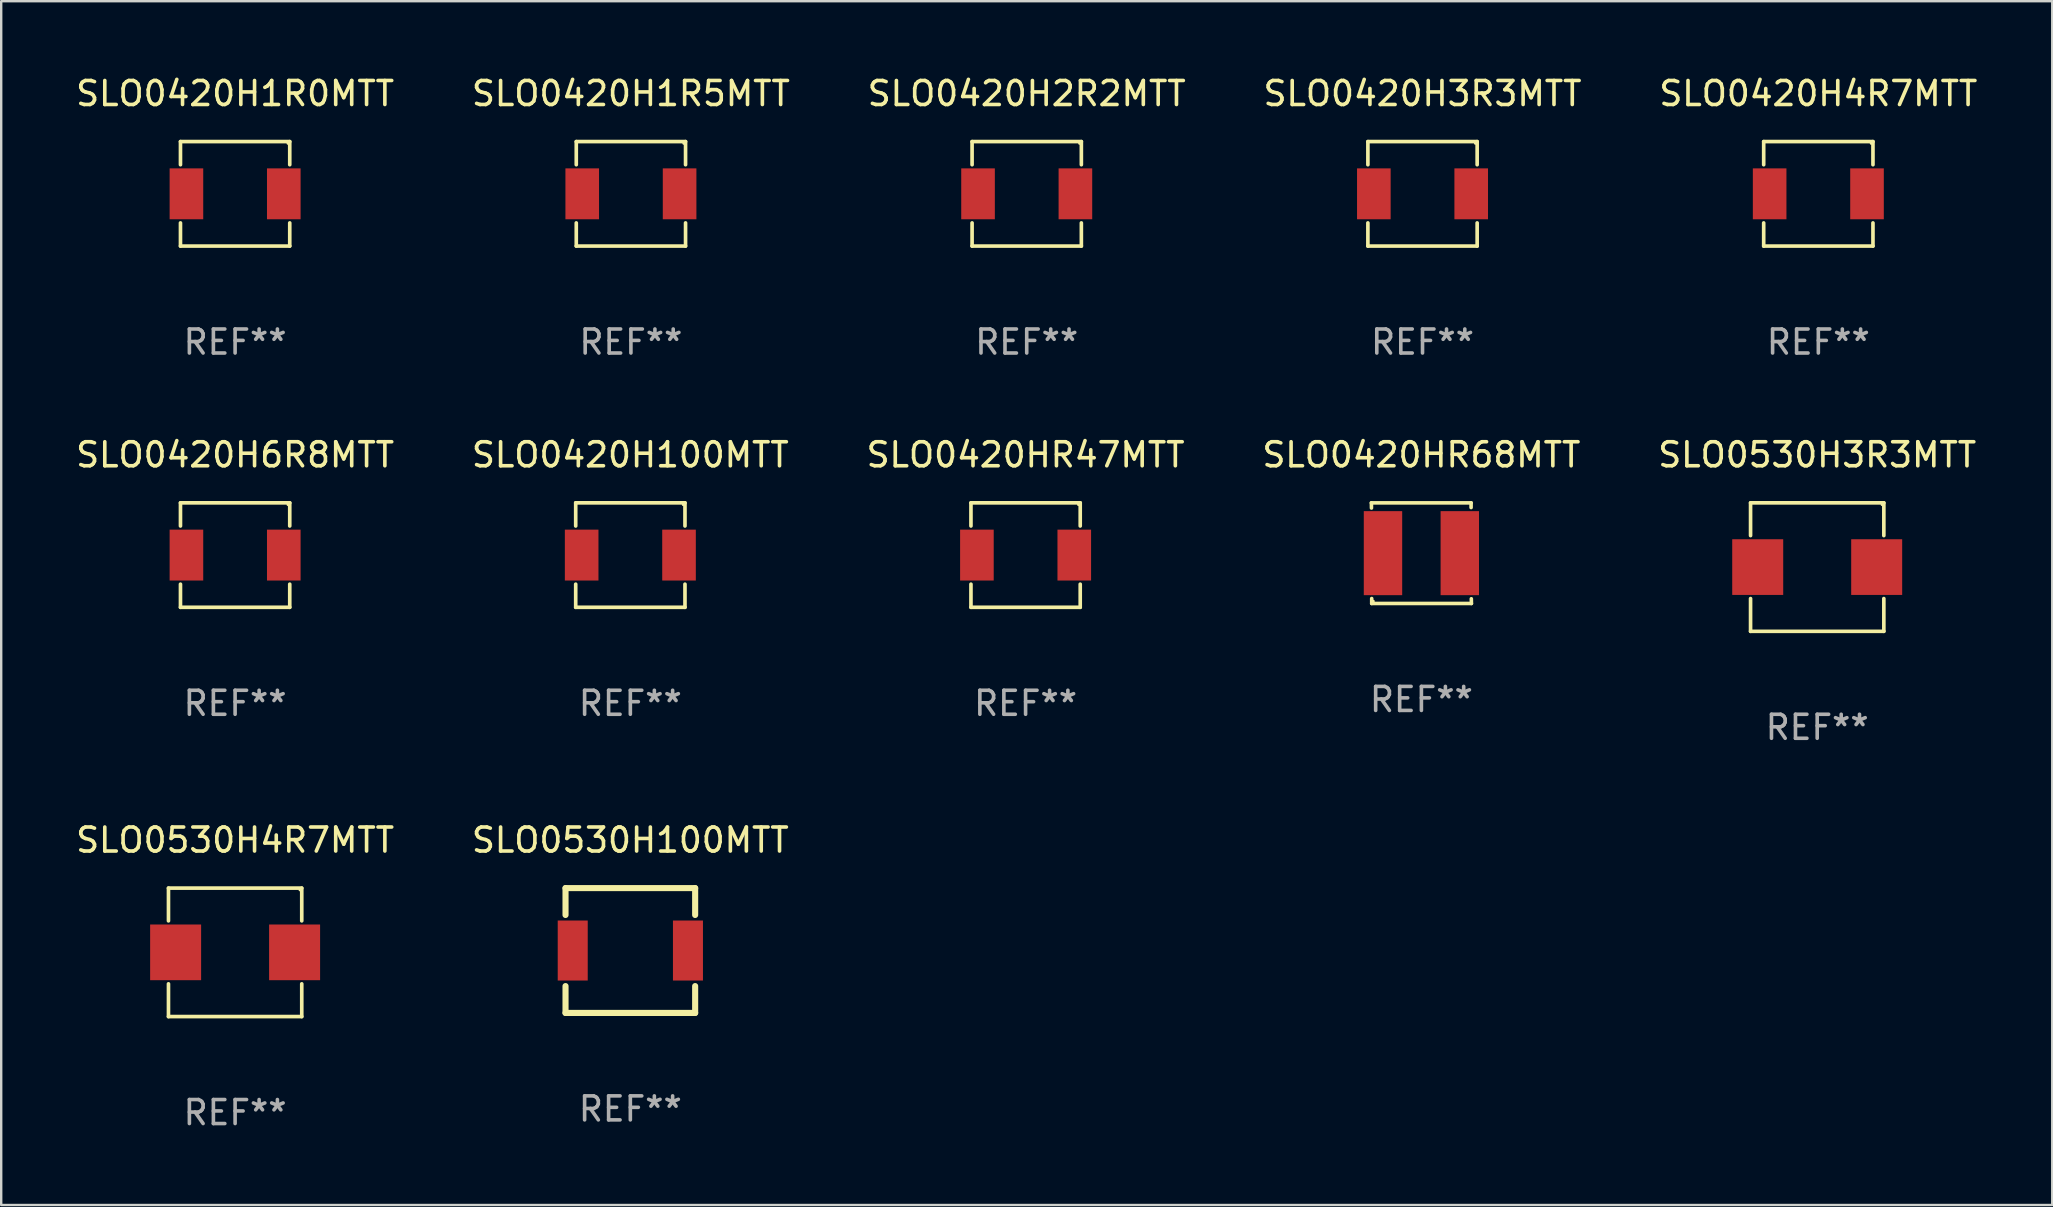
<source format=kicad_pcb>
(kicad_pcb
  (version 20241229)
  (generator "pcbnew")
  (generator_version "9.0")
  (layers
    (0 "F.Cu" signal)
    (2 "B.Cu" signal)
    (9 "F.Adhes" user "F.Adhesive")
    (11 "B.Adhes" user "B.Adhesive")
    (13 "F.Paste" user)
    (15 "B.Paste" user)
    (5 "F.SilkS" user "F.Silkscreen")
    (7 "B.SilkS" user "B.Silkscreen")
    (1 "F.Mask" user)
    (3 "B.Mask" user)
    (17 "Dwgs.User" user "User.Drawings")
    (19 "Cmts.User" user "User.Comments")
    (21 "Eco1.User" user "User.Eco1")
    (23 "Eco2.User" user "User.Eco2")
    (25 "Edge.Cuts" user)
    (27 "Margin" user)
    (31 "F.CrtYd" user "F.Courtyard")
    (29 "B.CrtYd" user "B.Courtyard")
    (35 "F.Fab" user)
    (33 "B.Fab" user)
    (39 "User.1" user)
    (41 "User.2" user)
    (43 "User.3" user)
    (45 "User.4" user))
  (footprint "SLO0420H6R8MTT"
    (layer "F.Cu")
    (at 6.744 20.073)
    (property "Reference" "SLO0420H6R8MTT" (at 0 -4.176 0) (layer "F.SilkS") (effects (font (size 1 1) (thickness 0.15))))
    (attr through_hole)
    (fp_line (start -2.276 -2.176) (end 2.276 -2.176) (stroke (width 0.152) (type solid)) (layer "F.SilkS"))
    (fp_line (start -2.276 -1.212) (end -2.276 -2.176) (stroke (width 0.152) (type solid)) (layer "F.SilkS"))
    (fp_line (start -2.276 1.212) (end -2.276 2.176) (stroke (width 0.152) (type solid)) (layer "F.SilkS"))
    (fp_line (start -2.276 2.176) (end 2.276 2.176) (stroke (width 0.152) (type solid)) (layer "F.SilkS"))
    (fp_line (start 2.276 -2.176) (end 2.276 -1.212) (stroke (width 0.152) (type solid)) (layer "F.SilkS"))
    (fp_line (start 2.276 2.176) (end 2.276 1.212) (stroke (width 0.152) (type solid)) (layer "F.SilkS"))
    (fp_circle (center 2.2 -2.1) (end 2.23 -2.1) (stroke (width 0.06) (type solid)) (fill no) (layer "F.SilkS"))
    (fp_text user "REF**" (at 0 6.176 0) (layer "F.Fab") (effects (font (size 1 1) (thickness 0.15))))
    (pad "1" smd rect (at 2.028 0) (size 1.4 2.12) (layers "F.Cu" "F.Mask" "F.Paste"))
    (pad "2" smd rect (at -2.028 0) (size 1.4 2.12) (layers "F.Cu" "F.Mask" "F.Paste")))
  (footprint "SLO0420HR47MTT"
    (layer "F.Cu")
    (at 39.673 20.073)
    (property "Reference" "SLO0420HR47MTT" (at 0 -4.176 0) (layer "F.SilkS") (effects (font (size 1 1) (thickness 0.15))))
    (attr through_hole)
    (fp_line (start -2.276 -2.176) (end 2.276 -2.176) (stroke (width 0.152) (type solid)) (layer "F.SilkS"))
    (fp_line (start -2.276 -1.212) (end -2.276 -2.176) (stroke (width 0.152) (type solid)) (layer "F.SilkS"))
    (fp_line (start -2.276 1.212) (end -2.276 2.176) (stroke (width 0.152) (type solid)) (layer "F.SilkS"))
    (fp_line (start -2.276 2.176) (end 2.276 2.176) (stroke (width 0.152) (type solid)) (layer "F.SilkS"))
    (fp_line (start 2.276 -2.176) (end 2.276 -1.212) (stroke (width 0.152) (type solid)) (layer "F.SilkS"))
    (fp_line (start 2.276 2.176) (end 2.276 1.212) (stroke (width 0.152) (type solid)) (layer "F.SilkS"))
    (fp_circle (center 2.2 -2.1) (end 2.23 -2.1) (stroke (width 0.06) (type solid)) (fill no) (layer "F.SilkS"))
    (fp_text user "REF**" (at 0 6.176 0) (layer "F.Fab") (effects (font (size 1 1) (thickness 0.15))))
    (pad "1" smd rect (at 2.028 0) (size 1.4 2.12) (layers "F.Cu" "F.Mask" "F.Paste"))
    (pad "2" smd rect (at -2.028 0) (size 1.4 2.12) (layers "F.Cu" "F.Mask" "F.Paste")))
  (footprint "SLO0530H100MTT"
    (layer "F.Cu")
    (at 23.208 36.546)
    (property "Reference" "SLO0530H100MTT" (at 0 -4.6 0) (layer "F.SilkS") (effects (font (size 1 1) (thickness 0.15))))
    (attr through_hole)
    (fp_line (start -2.7 -2.6) (end -2.7 -1.481) (stroke (width 0.254) (type solid)) (layer "F.SilkS"))
    (fp_line (start -2.7 -2.6) (end 2.7 -2.6) (stroke (width 0.254) (type solid)) (layer "F.SilkS"))
    (fp_line (start -2.7 1.481) (end -2.7 2.6) (stroke (width 0.254) (type solid)) (layer "F.SilkS"))
    (fp_line (start -2.7 2.6) (end 2.7 2.6) (stroke (width 0.254) (type solid)) (layer "F.SilkS"))
    (fp_line (start 2.7 -2.6) (end 2.7 -1.481) (stroke (width 0.254) (type solid)) (layer "F.SilkS"))
    (fp_line (start 2.7 1.481) (end 2.7 2.6) (stroke (width 0.254) (type solid)) (layer "F.SilkS"))
    (fp_circle (center -2.7 2.6) (end -2.67 2.6) (stroke (width 0.06) (type solid)) (fill no) (layer "F.SilkS"))
    (fp_text user "REF**" (at 0 6.6 0) (layer "F.Fab") (effects (font (size 1 1) (thickness 0.15))))
    (pad "1" smd rect (at -2.4 0) (size 1.25 2.5) (layers "F.Cu" "F.Mask" "F.Paste"))
    (pad "2" smd rect (at 2.4 0) (size 1.25 2.5) (layers "F.Cu" "F.Mask" "F.Paste")))
  (footprint "SLO0530H4R7MTT"
    (layer "F.Cu")
    (at 6.744 36.622)
    (property "Reference" "SLO0530H4R7MTT" (at 0 -4.676 0) (layer "F.SilkS") (effects (font (size 1 1) (thickness 0.15))))
    (attr through_hole)
    (fp_line (start -2.776 -2.676) (end 2.776 -2.676) (stroke (width 0.152) (type solid)) (layer "F.SilkS"))
    (fp_line (start -2.776 -1.312) (end -2.776 -2.676) (stroke (width 0.152) (type solid)) (layer "F.SilkS"))
    (fp_line (start -2.776 1.312) (end -2.776 2.676) (stroke (width 0.152) (type solid)) (layer "F.SilkS"))
    (fp_line (start -2.776 2.676) (end 2.776 2.676) (stroke (width 0.152) (type solid)) (layer "F.SilkS"))
    (fp_line (start 2.776 -2.676) (end 2.776 -1.312) (stroke (width 0.152) (type solid)) (layer "F.SilkS"))
    (fp_line (start 2.776 2.676) (end 2.776 1.312) (stroke (width 0.152) (type solid)) (layer "F.SilkS"))
    (fp_circle (center 2.7 -2.6) (end 2.73 -2.6) (stroke (width 0.06) (type solid)) (fill no) (layer "F.SilkS"))
    (fp_text user "REF**" (at 0 6.676 0) (layer "F.Fab") (effects (font (size 1 1) (thickness 0.15))))
    (pad "1" smd rect (at 2.478 0) (size 2.124 2.32) (layers "F.Cu" "F.Mask" "F.Paste"))
    (pad "2" smd rect (at -2.478 0) (size 2.124 2.32) (layers "F.Cu" "F.Mask" "F.Paste")))
  (footprint "SLO0420H2R2MTT"
    (layer "F.Cu")
    (at 39.72 5.024)
    (property "Reference" "SLO0420H2R2MTT" (at 0 -4.176 0) (layer "F.SilkS") (effects (font (size 1 1) (thickness 0.15))))
    (attr through_hole)
    (fp_line (start -2.276 -2.176) (end 2.276 -2.176) (stroke (width 0.152) (type solid)) (layer "F.SilkS"))
    (fp_line (start -2.276 -1.212) (end -2.276 -2.176) (stroke (width 0.152) (type solid)) (layer "F.SilkS"))
    (fp_line (start -2.276 1.212) (end -2.276 2.176) (stroke (width 0.152) (type solid)) (layer "F.SilkS"))
    (fp_line (start -2.276 2.176) (end 2.276 2.176) (stroke (width 0.152) (type solid)) (layer "F.SilkS"))
    (fp_line (start 2.276 -2.176) (end 2.276 -1.212) (stroke (width 0.152) (type solid)) (layer "F.SilkS"))
    (fp_line (start 2.276 2.176) (end 2.276 1.212) (stroke (width 0.152) (type solid)) (layer "F.SilkS"))
    (fp_circle (center 2.2 -2.1) (end 2.23 -2.1) (stroke (width 0.06) (type solid)) (fill no) (layer "F.SilkS"))
    (fp_text user "REF**" (at 0 6.176 0) (layer "F.Fab") (effects (font (size 1 1) (thickness 0.15))))
    (pad "1" smd rect (at 2.028 0) (size 1.4 2.12) (layers "F.Cu" "F.Mask" "F.Paste"))
    (pad "2" smd rect (at -2.028 0) (size 1.4 2.12) (layers "F.Cu" "F.Mask" "F.Paste")))
  (footprint "SLO0420H1R5MTT"
    (layer "F.Cu")
    (at 23.232 5.024)
    (property "Reference" "SLO0420H1R5MTT" (at 0 -4.176 0) (layer "F.SilkS") (effects (font (size 1 1) (thickness 0.15))))
    (attr through_hole)
    (fp_line (start -2.276 -2.176) (end 2.276 -2.176) (stroke (width 0.152) (type solid)) (layer "F.SilkS"))
    (fp_line (start -2.276 -1.212) (end -2.276 -2.176) (stroke (width 0.152) (type solid)) (layer "F.SilkS"))
    (fp_line (start -2.276 1.212) (end -2.276 2.176) (stroke (width 0.152) (type solid)) (layer "F.SilkS"))
    (fp_line (start -2.276 2.176) (end 2.276 2.176) (stroke (width 0.152) (type solid)) (layer "F.SilkS"))
    (fp_line (start 2.276 -2.176) (end 2.276 -1.212) (stroke (width 0.152) (type solid)) (layer "F.SilkS"))
    (fp_line (start 2.276 2.176) (end 2.276 1.212) (stroke (width 0.152) (type solid)) (layer "F.SilkS"))
    (fp_circle (center 2.2 -2.1) (end 2.23 -2.1) (stroke (width 0.06) (type solid)) (fill no) (layer "F.SilkS"))
    (fp_text user "REF**" (at 0 6.176 0) (layer "F.Fab") (effects (font (size 1 1) (thickness 0.15))))
    (pad "1" smd rect (at 2.028 0) (size 1.4 2.12) (layers "F.Cu" "F.Mask" "F.Paste"))
    (pad "2" smd rect (at -2.028 0) (size 1.4 2.12) (layers "F.Cu" "F.Mask" "F.Paste")))
  (footprint "SLO0420H100MTT"
    (layer "F.Cu")
    (at 23.208 20.073)
    (property "Reference" "SLO0420H100MTT" (at 0 -4.176 0) (layer "F.SilkS") (effects (font (size 1 1) (thickness 0.15))))
    (attr through_hole)
    (fp_line (start -2.276 -2.176) (end 2.276 -2.176) (stroke (width 0.152) (type solid)) (layer "F.SilkS"))
    (fp_line (start -2.276 -1.212) (end -2.276 -2.176) (stroke (width 0.152) (type solid)) (layer "F.SilkS"))
    (fp_line (start -2.276 1.212) (end -2.276 2.176) (stroke (width 0.152) (type solid)) (layer "F.SilkS"))
    (fp_line (start -2.276 2.176) (end 2.276 2.176) (stroke (width 0.152) (type solid)) (layer "F.SilkS"))
    (fp_line (start 2.276 -2.176) (end 2.276 -1.212) (stroke (width 0.152) (type solid)) (layer "F.SilkS"))
    (fp_line (start 2.276 2.176) (end 2.276 1.212) (stroke (width 0.152) (type solid)) (layer "F.SilkS"))
    (fp_circle (center 2.2 -2.1) (end 2.23 -2.1) (stroke (width 0.06) (type solid)) (fill no) (layer "F.SilkS"))
    (fp_text user "REF**" (at 0 6.176 0) (layer "F.Fab") (effects (font (size 1 1) (thickness 0.15))))
    (pad "1" smd rect (at 2.028 0) (size 1.4 2.12) (layers "F.Cu" "F.Mask" "F.Paste"))
    (pad "2" smd rect (at -2.028 0) (size 1.4 2.12) (layers "F.Cu" "F.Mask" "F.Paste")))
  (footprint "SLO0530H3R3MTT"
    (layer "F.Cu")
    (at 72.649 20.573)
    (property "Reference" "SLO0530H3R3MTT" (at 0 -4.676 0) (layer "F.SilkS") (effects (font (size 1 1) (thickness 0.15))))
    (attr through_hole)
    (fp_line (start -2.776 -2.676) (end 2.776 -2.676) (stroke (width 0.152) (type solid)) (layer "F.SilkS"))
    (fp_line (start -2.776 -1.312) (end -2.776 -2.676) (stroke (width 0.152) (type solid)) (layer "F.SilkS"))
    (fp_line (start -2.776 1.312) (end -2.776 2.676) (stroke (width 0.152) (type solid)) (layer "F.SilkS"))
    (fp_line (start -2.776 2.676) (end 2.776 2.676) (stroke (width 0.152) (type solid)) (layer "F.SilkS"))
    (fp_line (start 2.776 -2.676) (end 2.776 -1.312) (stroke (width 0.152) (type solid)) (layer "F.SilkS"))
    (fp_line (start 2.776 2.676) (end 2.776 1.312) (stroke (width 0.152) (type solid)) (layer "F.SilkS"))
    (fp_circle (center 2.7 -2.6) (end 2.73 -2.6) (stroke (width 0.06) (type solid)) (fill no) (layer "F.SilkS"))
    (fp_text user "REF**" (at 0 6.676 0) (layer "F.Fab") (effects (font (size 1 1) (thickness 0.15))))
    (pad "1" smd rect (at 2.478 0) (size 2.124 2.32) (layers "F.Cu" "F.Mask" "F.Paste"))
    (pad "2" smd rect (at -2.478 0) (size 2.124 2.32) (layers "F.Cu" "F.Mask" "F.Paste")))
  (footprint "SLO0420H4R7MTT"
    (layer "F.Cu")
    (at 72.696 5.024)
    (property "Reference" "SLO0420H4R7MTT" (at 0 -4.176 0) (layer "F.SilkS") (effects (font (size 1 1) (thickness 0.15))))
    (attr through_hole)
    (fp_line (start -2.276 -2.176) (end 2.276 -2.176) (stroke (width 0.152) (type solid)) (layer "F.SilkS"))
    (fp_line (start -2.276 -1.212) (end -2.276 -2.176) (stroke (width 0.152) (type solid)) (layer "F.SilkS"))
    (fp_line (start -2.276 1.212) (end -2.276 2.176) (stroke (width 0.152) (type solid)) (layer "F.SilkS"))
    (fp_line (start -2.276 2.176) (end 2.276 2.176) (stroke (width 0.152) (type solid)) (layer "F.SilkS"))
    (fp_line (start 2.276 -2.176) (end 2.276 -1.212) (stroke (width 0.152) (type solid)) (layer "F.SilkS"))
    (fp_line (start 2.276 2.176) (end 2.276 1.212) (stroke (width 0.152) (type solid)) (layer "F.SilkS"))
    (fp_circle (center 2.2 -2.1) (end 2.23 -2.1) (stroke (width 0.06) (type solid)) (fill no) (layer "F.SilkS"))
    (fp_text user "REF**" (at 0 6.176 0) (layer "F.Fab") (effects (font (size 1 1) (thickness 0.15))))
    (pad "1" smd rect (at 2.028 0) (size 1.4 2.12) (layers "F.Cu" "F.Mask" "F.Paste"))
    (pad "2" smd rect (at -2.028 0) (size 1.4 2.12) (layers "F.Cu" "F.Mask" "F.Paste")))
  (footprint "SLO0420H3R3MTT"
    (layer "F.Cu")
    (at 56.208 5.024)
    (property "Reference" "SLO0420H3R3MTT" (at 0 -4.176 0) (layer "F.SilkS") (effects (font (size 1 1) (thickness 0.15))))
    (attr through_hole)
    (fp_line (start -2.276 -2.176) (end 2.276 -2.176) (stroke (width 0.152) (type solid)) (layer "F.SilkS"))
    (fp_line (start -2.276 -1.212) (end -2.276 -2.176) (stroke (width 0.152) (type solid)) (layer "F.SilkS"))
    (fp_line (start -2.276 1.212) (end -2.276 2.176) (stroke (width 0.152) (type solid)) (layer "F.SilkS"))
    (fp_line (start -2.276 2.176) (end 2.276 2.176) (stroke (width 0.152) (type solid)) (layer "F.SilkS"))
    (fp_line (start 2.276 -2.176) (end 2.276 -1.212) (stroke (width 0.152) (type solid)) (layer "F.SilkS"))
    (fp_line (start 2.276 2.176) (end 2.276 1.212) (stroke (width 0.152) (type solid)) (layer "F.SilkS"))
    (fp_circle (center 2.2 -2.1) (end 2.23 -2.1) (stroke (width 0.06) (type solid)) (fill no) (layer "F.SilkS"))
    (fp_text user "REF**" (at 0 6.176 0) (layer "F.Fab") (effects (font (size 1 1) (thickness 0.15))))
    (pad "1" smd rect (at 2.028 0) (size 1.4 2.12) (layers "F.Cu" "F.Mask" "F.Paste"))
    (pad "2" smd rect (at -2.028 0) (size 1.4 2.12) (layers "F.Cu" "F.Mask" "F.Paste")))
  (footprint "SLO0420H1R0MTT"
    (layer "F.Cu")
    (at 6.744 5.024)
    (property "Reference" "SLO0420H1R0MTT" (at 0 -4.176 0) (layer "F.SilkS") (effects (font (size 1 1) (thickness 0.15))))
    (attr through_hole)
    (fp_line (start -2.276 -2.176) (end 2.276 -2.176) (stroke (width 0.152) (type solid)) (layer "F.SilkS"))
    (fp_line (start -2.276 -1.212) (end -2.276 -2.176) (stroke (width 0.152) (type solid)) (layer "F.SilkS"))
    (fp_line (start -2.276 1.212) (end -2.276 2.176) (stroke (width 0.152) (type solid)) (layer "F.SilkS"))
    (fp_line (start -2.276 2.176) (end 2.276 2.176) (stroke (width 0.152) (type solid)) (layer "F.SilkS"))
    (fp_line (start 2.276 -2.176) (end 2.276 -1.212) (stroke (width 0.152) (type solid)) (layer "F.SilkS"))
    (fp_line (start 2.276 2.176) (end 2.276 1.212) (stroke (width 0.152) (type solid)) (layer "F.SilkS"))
    (fp_circle (center 2.2 -2.1) (end 2.23 -2.1) (stroke (width 0.06) (type solid)) (fill no) (layer "F.SilkS"))
    (fp_text user "REF**" (at 0 6.176 0) (layer "F.Fab") (effects (font (size 1 1) (thickness 0.15))))
    (pad "1" smd rect (at 2.028 0) (size 1.4 2.12) (layers "F.Cu" "F.Mask" "F.Paste"))
    (pad "2" smd rect (at -2.028 0) (size 1.4 2.12) (layers "F.Cu" "F.Mask" "F.Paste")))
  (footprint "SLO0420HR68MTT"
    (layer "F.Cu")
    (at 56.161 19.993)
    (property "Reference" "SLO0420HR68MTT" (at 0 -4.096 0) (layer "F.SilkS") (effects (font (size 1 1) (thickness 0.15))))
    (attr through_hole)
    (fp_line (start -2.083 -2.096) (end -2.08 -1.88) (stroke (width 0.15) (type solid)) (layer "F.SilkS"))
    (fp_line (start -2.07 1.89) (end -2.07 2.096) (stroke (width 0.15) (type solid)) (layer "F.SilkS"))
    (fp_line (start -2.07 2.096) (end 2.083 2.096) (stroke (width 0.15) (type solid)) (layer "F.SilkS"))
    (fp_line (start 2.07 -1.9) (end 2.07 -2.096) (stroke (width 0.15) (type solid)) (layer "F.SilkS"))
    (fp_line (start 2.07 -2.096) (end -2.083 -2.096) (stroke (width 0.15) (type solid)) (layer "F.SilkS"))
    (fp_line (start 2.083 2.096) (end 2.08 1.9) (stroke (width 0.15) (type solid)) (layer "F.SilkS"))
    (fp_circle (center -2 2) (end -1.97 2) (stroke (width 0.06) (type solid)) (fill no) (layer "F.SilkS"))
    (fp_text user "REF**" (at 0 6.096 0) (layer "F.Fab") (effects (font (size 1 1) (thickness 0.15))))
    (pad "1" smd rect (at -1.6 -0.000343) (size 1.6 3.5) (layers "F.Cu" "F.Mask" "F.Paste"))
    (pad "2" smd rect (at 1.6 -0.000343) (size 1.6 3.5) (layers "F.Cu" "F.Mask" "F.Paste")))
  (gr_rect
    (start -3 -3)
    (end 82.44 47.147)
    (stroke (width 0.1) (type default))
    (fill no)
    (layer "Edge.Cuts")))
</source>
